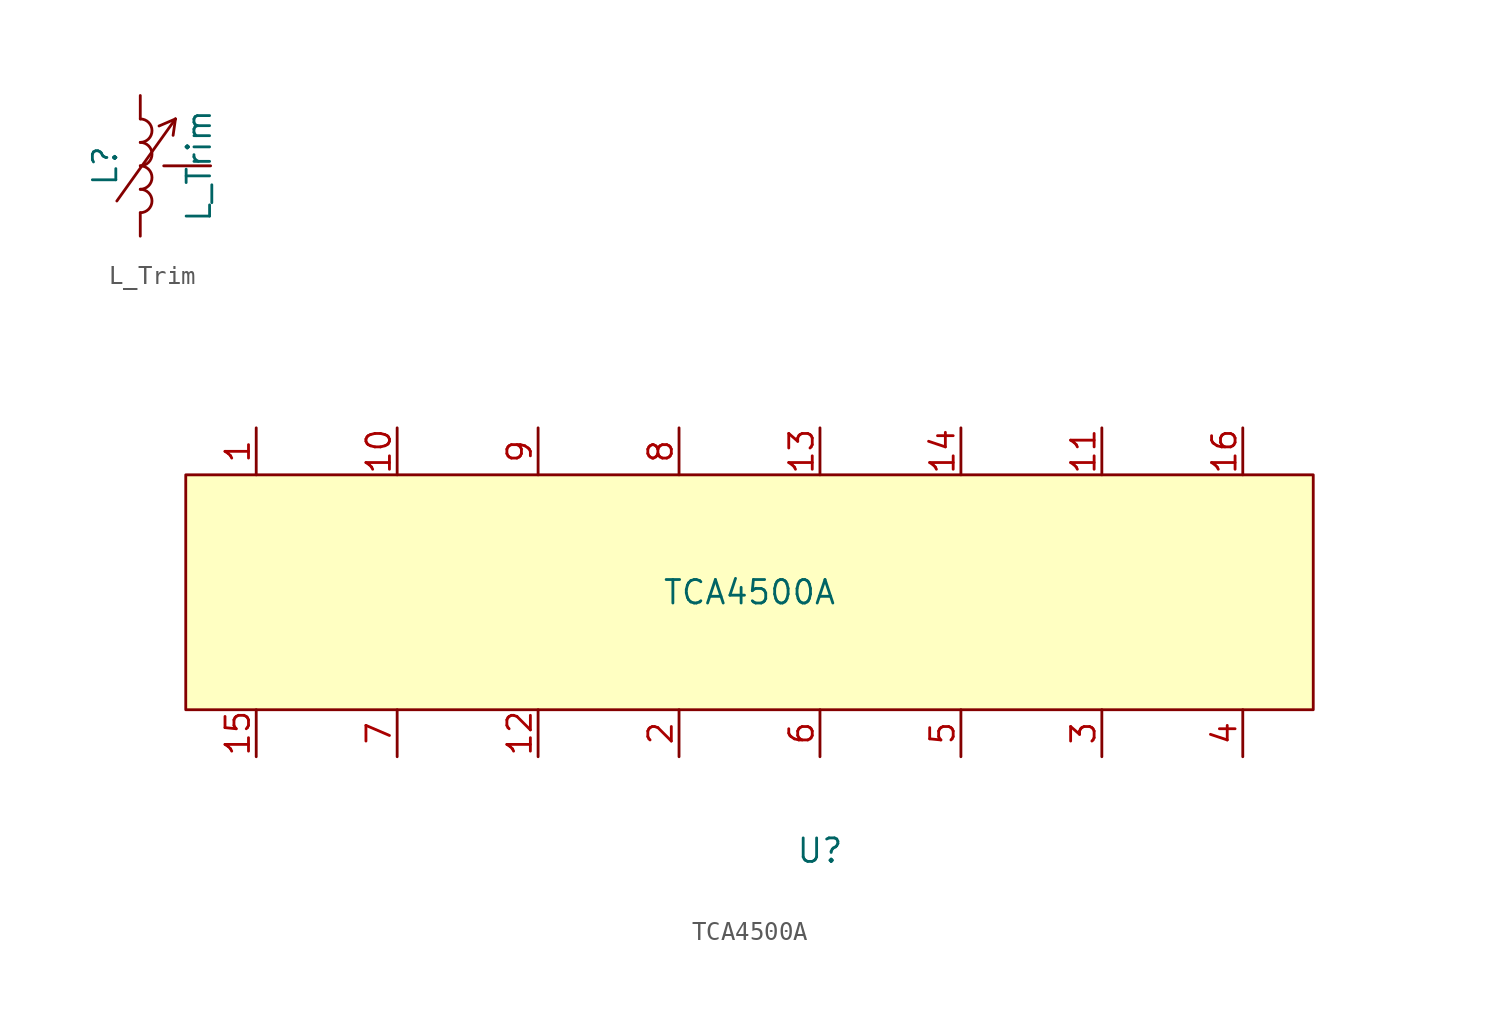
<source format=kicad_sym>
(kicad_symbol_lib
  (version 20211014)
  (generator kicad_symbol_editor)
  (symbol "L_Trim"
    (pin_numbers hide)
    (pin_names
      (offset 1.016) hide)
    (property "Reference" "L"
      (at -1.905 0 90)
      (effects (font (size 1.27 1.27))))
    (property "Value" "L_Trim"
      (at 3.175 0 90)
      (effects (font (size 1.27 1.27))))
    (symbol "L_Trim_0_1"
      (arc (start 0 -2.54) (mid 0.635 -1.905) (end 0 -1.27) (stroke (width 0) (type default) (color 0 0 0 0)) (fill (type none)))
      (arc (start 0 -1.27) (mid 0.635 -0.635) (end 0 0) (stroke (width 0) (type default) (color 0 0 0 0)) (fill (type none)))
      (polyline (pts (xy -1.27 -1.905) (xy 1.905 2.54)) (stroke (width 0) (type default) (color 0 0 0 0)) (fill (type none)))
      (polyline (pts (xy 1.905 2.54) (xy 1.016 2.159)) (stroke (width 0) (type default) (color 0 0 0 0)) (fill (type none)))
      (polyline (pts (xy 1.905 2.54) (xy 1.778 1.651)) (stroke (width 0) (type default) (color 0 0 0 0)) (fill (type none)))
      (arc (start 0 0) (mid 0.635 0.635) (end 0 1.27) (stroke (width 0) (type default) (color 0 0 0 0)) (fill (type none)))
      (arc (start 0 1.27) (mid 0.635 1.905) (end 0 2.54) (stroke (width 0) (type default) (color 0 0 0 0)) (fill (type none))))
    (symbol "L_Trim_1_1"
      (pin passive line (at 0 3.81 270) (length 1.27) (name "1" (effects (font (size 1.27 1.27)))) (number "1" (effects (font (size 1.27 1.27)))))
      (pin passive line (at 0 -3.81 90) (length 1.27) (name "2" (effects (font (size 1.27 1.27)))) (number "2" (effects (font (size 1.27 1.27)))))
      (pin input line (at 3.81 0 180) (length 2.54) (name "GND" (effects (font (size 1.27 1.27)))) (number "6" (effects (font (size 1.27 1.27)))))))
  (symbol "TCA4500A"
    (property "Reference" "U"
      (at 3.81 -13.97 0)
      (effects (font (size 1.27 1.27))))
    (property "Value" "TCA4500A"
      (at 0 0 0)
      (effects (font (size 1.27 1.27))))
    (symbol "TCA4500A_0_1"
      (rectangle (start -30.48 6.35) (end 30.48 -6.35) (stroke (width 0) (type default) (color 0 0 0 0)) (fill (type background))))
    (symbol "TCA4500A_1_1"
      (pin input line (at -26.67 8.89 270) (length 2.54) (name "" (effects (font (size 1.27 1.27)))) (number "1" (effects (font (size 1.27 1.27)))))
      (pin input line (at -19.05 8.89 270) (length 2.54) (name "" (effects (font (size 1.27 1.27)))) (number "10" (effects (font (size 1.27 1.27)))))
      (pin input line (at 19.05 8.89 270) (length 2.54) (name "" (effects (font (size 1.27 1.27)))) (number "11" (effects (font (size 1.27 1.27)))))
      (pin input line (at -11.43 -8.89 90) (length 2.54) (name "" (effects (font (size 1.27 1.27)))) (number "12" (effects (font (size 1.27 1.27)))))
      (pin input line (at 3.81 8.89 270) (length 2.54) (name "" (effects (font (size 1.27 1.27)))) (number "13" (effects (font (size 1.27 1.27)))))
      (pin input line (at 11.43 8.89 270) (length 2.54) (name "" (effects (font (size 1.27 1.27)))) (number "14" (effects (font (size 1.27 1.27)))))
      (pin input line (at -26.67 -8.89 90) (length 2.54) (name "" (effects (font (size 1.27 1.27)))) (number "15" (effects (font (size 1.27 1.27)))))
      (pin input line (at 26.67 8.89 270) (length 2.54) (name "" (effects (font (size 1.27 1.27)))) (number "16" (effects (font (size 1.27 1.27)))))
      (pin input line (at -3.81 -8.89 90) (length 2.54) (name "" (effects (font (size 1.27 1.27)))) (number "2" (effects (font (size 1.27 1.27)))))
      (pin input line (at 19.05 -8.89 90) (length 2.54) (name "" (effects (font (size 1.27 1.27)))) (number "3" (effects (font (size 1.27 1.27)))))
      (pin input line (at 26.67 -8.89 90) (length 2.54) (name "" (effects (font (size 1.27 1.27)))) (number "4" (effects (font (size 1.27 1.27)))))
      (pin input line (at 11.43 -8.89 90) (length 2.54) (name "" (effects (font (size 1.27 1.27)))) (number "5" (effects (font (size 1.27 1.27)))))
      (pin input line (at 3.81 -8.89 90) (length 2.54) (name "" (effects (font (size 1.27 1.27)))) (number "6" (effects (font (size 1.27 1.27)))))
      (pin input line (at -19.05 -8.89 90) (length 2.54) (name "" (effects (font (size 1.27 1.27)))) (number "7" (effects (font (size 1.27 1.27)))))
      (pin input line (at -3.81 8.89 270) (length 2.54) (name "" (effects (font (size 1.27 1.27)))) (number "8" (effects (font (size 1.27 1.27)))))
      (pin input line (at -11.43 8.89 270) (length 2.54) (name "" (effects (font (size 1.27 1.27)))) (number "9" (effects (font (size 1.27 1.27))))))))
</source>
